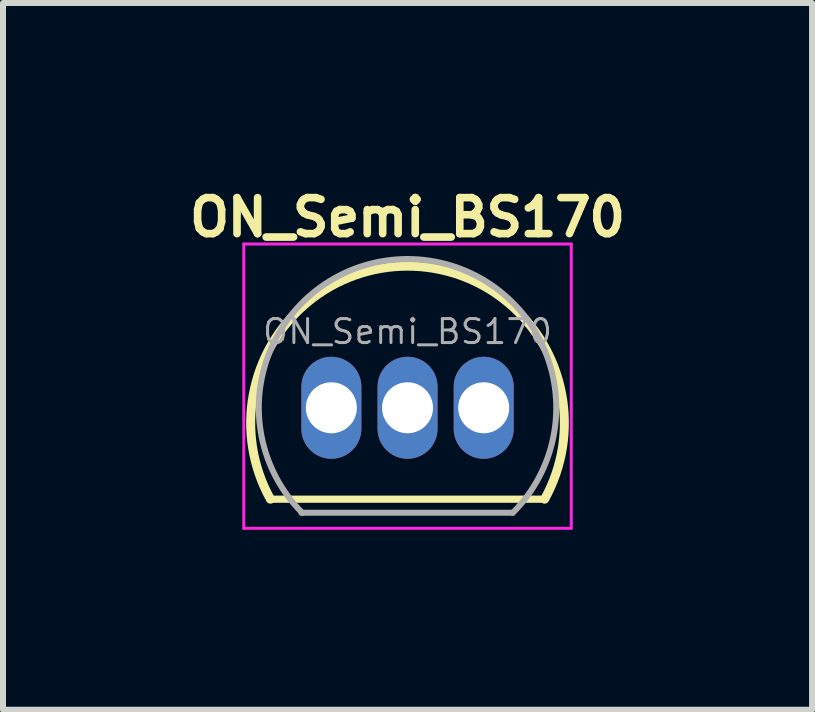
<source format=kicad_pcb>
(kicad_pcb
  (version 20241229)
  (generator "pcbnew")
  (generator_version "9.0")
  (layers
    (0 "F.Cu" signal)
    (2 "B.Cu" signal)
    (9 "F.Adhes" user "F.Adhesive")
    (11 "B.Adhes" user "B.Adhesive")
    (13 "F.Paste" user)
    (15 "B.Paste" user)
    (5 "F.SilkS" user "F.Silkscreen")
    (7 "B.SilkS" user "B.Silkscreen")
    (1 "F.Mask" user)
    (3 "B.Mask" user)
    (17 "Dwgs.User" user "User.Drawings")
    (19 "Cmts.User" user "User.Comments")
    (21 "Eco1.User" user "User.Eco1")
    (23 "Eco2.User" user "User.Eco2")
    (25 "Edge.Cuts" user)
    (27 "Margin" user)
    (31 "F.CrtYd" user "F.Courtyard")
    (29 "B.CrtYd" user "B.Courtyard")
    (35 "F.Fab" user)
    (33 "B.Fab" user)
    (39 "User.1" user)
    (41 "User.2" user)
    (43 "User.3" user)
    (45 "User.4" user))
  (footprint "ON_Semi_BS170"
    (layer "F.Cu")
    (at 3.745 3.749)
    (property "Reference" "ON_Semi_BS170" (at 0 -3.175 0) (layer "F.SilkS") (effects (font (size 0.6 0.6) (thickness 0.127))))
    (attr through_hole)
    (fp_line (start -2.286 1.524) (end 2.286 1.524) (stroke (width 0.12) (type solid)) (layer "F.SilkS"))
    (fp_arc (start -2.286 1.524) (mid 0 -2.36109) (end 2.286 1.524) (stroke (width 0.15) (type solid)) (layer "F.SilkS"))
    (fp_line (start -2.73 -2.73) (end -2.73 2.01) (stroke (width 0.05) (type solid)) (layer "F.CrtYd"))
    (fp_line (start -2.73 -2.73) (end 2.73 -2.73) (stroke (width 0.05) (type solid)) (layer "F.CrtYd"))
    (fp_line (start 2.73 2.01) (end -2.73 2.01) (stroke (width 0.05) (type solid)) (layer "F.CrtYd"))
    (fp_line (start 2.73 2.01) (end 2.73 -2.73) (stroke (width 0.05) (type solid)) (layer "F.CrtYd"))
    (fp_line (start -1.77 1.75) (end 1.73 1.75) (stroke (width 0.1) (type solid)) (layer "F.Fab"))
    (fp_arc (start -1.753625 1.753625) (mid -2.291221 -0.949055) (end 0 -2.48) (stroke (width 0.1) (type solid)) (layer "F.Fab"))
    (fp_arc (start 0 -2.48) (mid 2.291221 -0.949055) (end 1.753625 1.753625) (stroke (width 0.1) (type solid)) (layer "F.Fab"))
    (fp_text user "${REFERENCE}" (at 0 -1.27 0) (layer "F.Fab") (effects (font (size 0.4 0.4) (thickness 0.05))))
    (pad "1" thru_hole oval (at -1.27 0) (size 1 1.7) (drill 0.85) (layers "*.Cu" "*.Mask"))
    (pad "2" thru_hole oval (at 0 0) (size 1 1.7) (drill 0.85) (layers "*.Cu" "*.Mask"))
    (pad "3" thru_hole oval (at 1.27 0) (size 1 1.7) (drill 0.85) (layers "*.Cu" "*.Mask")))
  (gr_rect
    (start -3 -3)
    (end 10.49 8.784)
    (stroke (width 0.1) (type default))
    (fill no)
    (layer "Edge.Cuts")))
</source>
